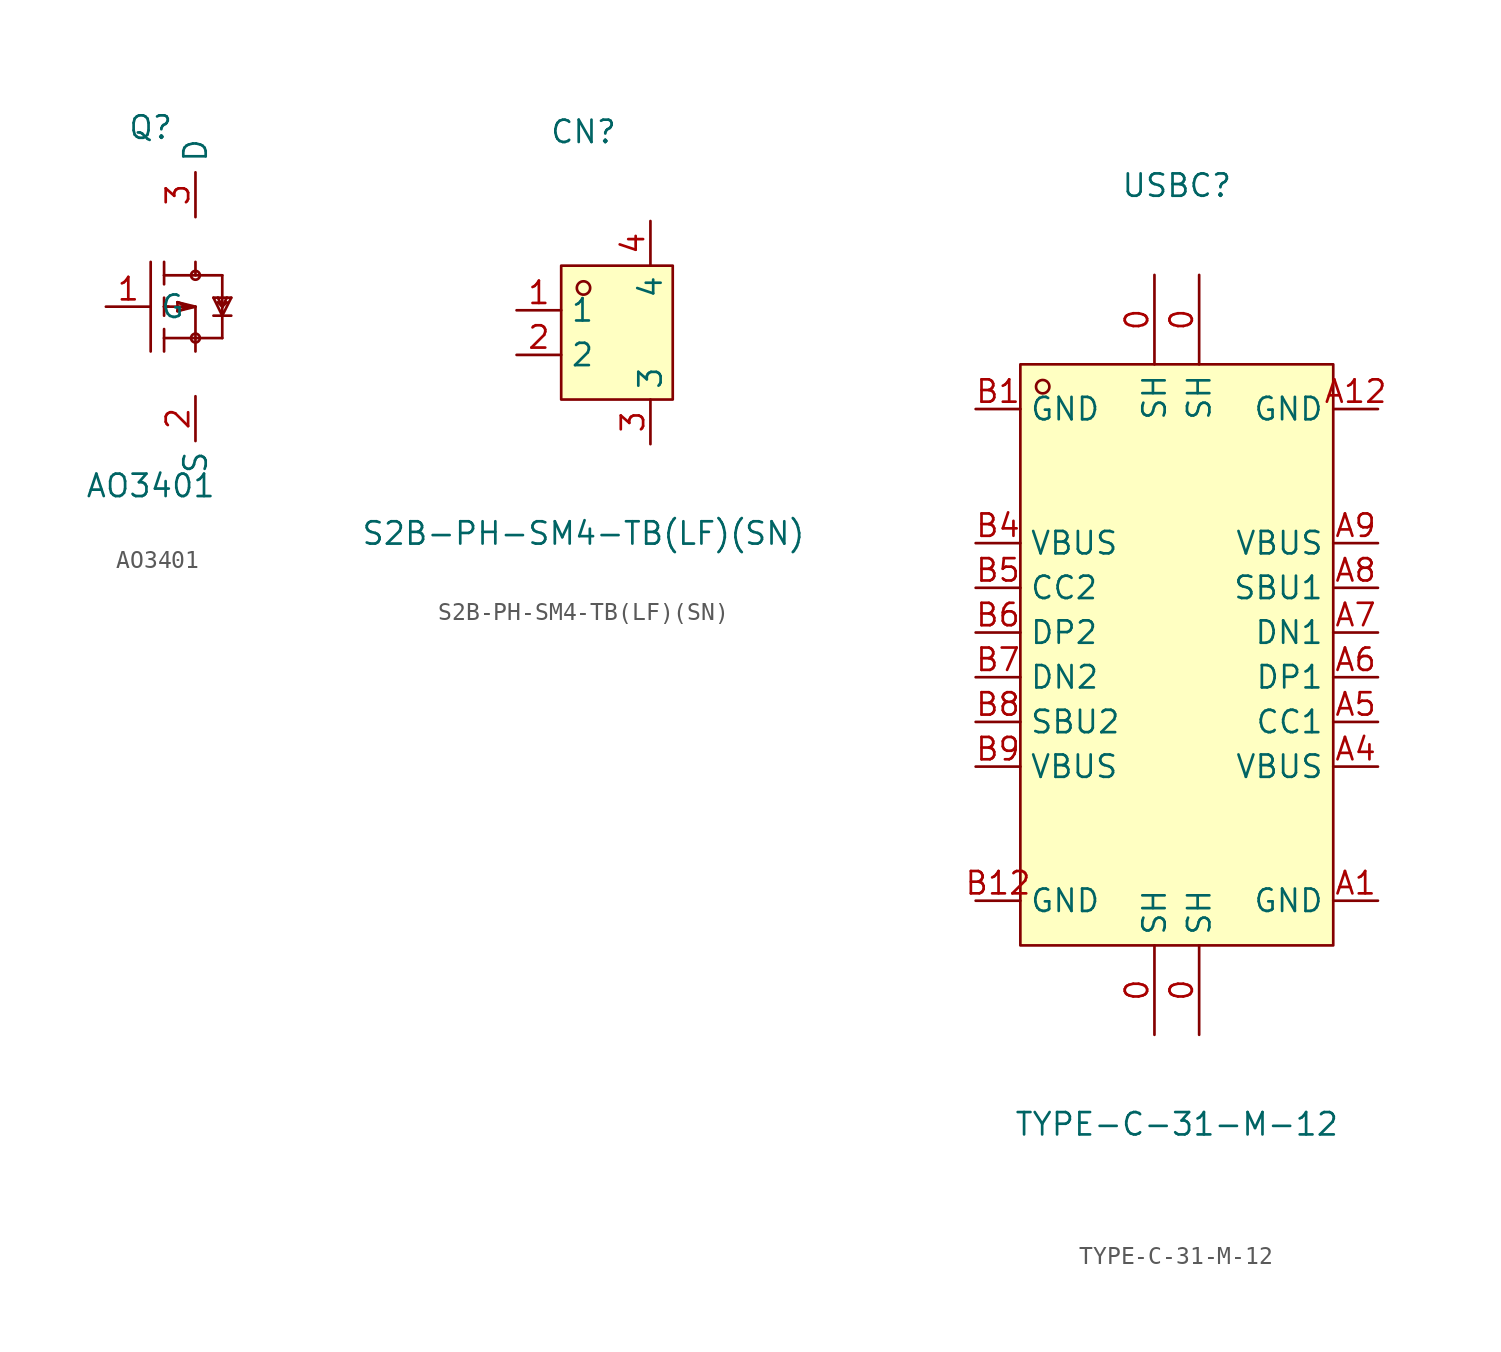
<source format=kicad_sym>
(kicad_symbol_lib
  (version 20241209)
  (generator "kicad_symbol_editor")
  (generator_version "9.0")
  (symbol "AO3401"
    (property "Reference" "Q"
      (at 0 10.16 0)
      (effects (font (size 1.27 1.27))))
    (property "Value" "AO3401"
      (at 0 -10.16 0)
      (effects (font (size 1.27 1.27))))
    (symbol "AO3401_0_1"
      (polyline (pts (xy 0 2.54) (xy 0 -2.54)) (stroke (width 0) (type default)) (fill (type none)))
      (polyline (pts (xy 0.76 2.54) (xy 0.76 1.78)) (stroke (width 0) (type default)) (fill (type none)))
      (polyline (pts (xy 0.76 1.78) (xy 0.76 1.27)) (stroke (width 0) (type default)) (fill (type none)))
      (polyline (pts (xy 0.76 1.78) (xy 4.06 1.78) (xy 4.06 1.78)) (stroke (width 0) (type default)) (fill (type none)))
      (polyline (pts (xy 0.76 0.51) (xy 0.76 0)) (stroke (width 0) (type default)) (fill (type none)))
      (polyline (pts (xy 0.76 0) (xy 0.76 -0.51)) (stroke (width 0) (type default)) (fill (type none)))
      (polyline (pts (xy 0.76 -1.78) (xy 0.76 -1.27)) (stroke (width 0) (type default)) (fill (type none)))
      (polyline (pts (xy 0.76 -1.78) (xy 2.54 -1.78)) (stroke (width 0) (type default)) (fill (type none)))
      (polyline (pts (xy 0.76 -2.54) (xy 0.76 -1.78)) (stroke (width 0) (type default)) (fill (type none)))
      (polyline (pts (xy 1.02 0) (xy 0.76 0)) (stroke (width 0) (type default)) (fill (type none)))
      (polyline (pts (xy 1.52 0.25) (xy 1.52 -0.25)) (stroke (width 0) (type default)) (fill (type none)))
      (polyline (pts (xy 1.52 0.25) (xy 2.03 0)) (stroke (width 0) (type default)) (fill (type none)))
      (polyline (pts (xy 1.52 -0.25) (xy 2.29 0)) (stroke (width 0) (type default)) (fill (type none)))
      (polyline (pts (xy 2.29 0) (xy 0.76 0)) (stroke (width 0) (type default)) (fill (type none)))
      (polyline (pts (xy 2.29 0) (xy 1.52 0.25)) (stroke (width 0) (type default)) (fill (type none)))
      (polyline (pts (xy 2.54 2.54) (xy 2.54 1.78)) (stroke (width 0) (type default)) (fill (type none)))
      (circle (center 2.54 1.78) (radius 0.25) (stroke (width 0) (type default)) (fill (type none)))
      (polyline (pts (xy 2.54 0) (xy 1.52 0.25)) (stroke (width 0) (type default)) (fill (type none)))
      (polyline (pts (xy 2.54 0) (xy 1.52 -0.25)) (stroke (width 0) (type default)) (fill (type none)))
      (polyline (pts (xy 2.54 0) (xy 2.54 -1.78)) (stroke (width 0) (type default)) (fill (type none)))
      (polyline (pts (xy 2.54 -1.78) (xy 2.54 -2.54)) (stroke (width 0) (type default)) (fill (type none)))
      (circle (center 2.54 -1.78) (radius 0.25) (stroke (width 0) (type default)) (fill (type none)))
      (polyline (pts (xy 3.56 0.51) (xy 3.81 0.51)) (stroke (width 0) (type default)) (fill (type none)))
      (polyline (pts (xy 3.56 -0.51) (xy 4.06 -0.51)) (stroke (width 0) (type default)) (fill (type none)))
      (polyline (pts (xy 3.81 0.51) (xy 4.06 0)) (stroke (width 0) (type default)) (fill (type none)))
      (polyline (pts (xy 3.81 0.51) (xy 4.32 0.51)) (stroke (width 0) (type default)) (fill (type none)))
      (polyline (pts (xy 3.81 0.25) (xy 4.06 0)) (stroke (width 0) (type default)) (fill (type none)))
      (polyline (pts (xy 4.06 1.78) (xy 4.06 0)) (stroke (width 0) (type default)) (fill (type none)))
      (polyline (pts (xy 4.06 0) (xy 4.06 -0.51)) (stroke (width 0) (type default)) (fill (type none)))
      (polyline (pts (xy 4.06 0) (xy 4.32 0.51)) (stroke (width 0) (type default)) (fill (type none)))
      (polyline (pts (xy 4.06 0) (xy 4.32 0.25)) (stroke (width 0) (type default)) (fill (type none)))
      (polyline (pts (xy 4.06 -0.25) (xy 4.06 -1.78)) (stroke (width 0) (type default)) (fill (type none)))
      (polyline (pts (xy 4.06 -0.51) (xy 3.56 0.51)) (stroke (width 0) (type default)) (fill (type none)))
      (polyline (pts (xy 4.06 -0.51) (xy 4.57 -0.51)) (stroke (width 0) (type default)) (fill (type none)))
      (polyline (pts (xy 4.06 -1.78) (xy 2.54 -1.78)) (stroke (width 0) (type default)) (fill (type none)))
      (polyline (pts (xy 4.32 0.51) (xy 4.57 0.51)) (stroke (width 0) (type default)) (fill (type none)))
      (polyline (pts (xy 4.57 0.51) (xy 4.06 -0.51)) (stroke (width 0) (type default)) (fill (type none)))
      (pin unspecified line (at -2.54 0 0) (length 2.54) (name "G" (effects (font (size 1.27 1.27)))) (number "1" (effects (font (size 1.27 1.27)))))
      (pin unspecified line (at 2.54 5.08 90) (length 2.54) (name "D" (effects (font (size 1.27 1.27)))) (number "3" (effects (font (size 1.27 1.27)))))
      (pin unspecified line (at 2.54 -5.08 270) (length 2.54) (name "S" (effects (font (size 1.27 1.27)))) (number "2" (effects (font (size 1.27 1.27)))))))
  (symbol "S2B-PH-SM4-TB(LF)(SN)"
    (property "Reference" "CN"
      (at 0 11.43 0)
      (effects (font (size 1.27 1.27))))
    (property "Value" "S2B-PH-SM4-TB(LF)(SN)"
      (at 0 -11.43 0)
      (effects (font (size 1.27 1.27))))
    (symbol "S2B-PH-SM4-TB(LF)(SN)_0_1"
      (rectangle (start -1.27 3.81) (end 5.08 -3.81) (stroke (width 0) (type default)) (fill (type background)))
      (circle (center 0 2.54) (radius 0.38) (stroke (width 0) (type default)) (fill (type none)))
      (pin unspecified line (at -3.81 1.27 0) (length 2.54) (name "1" (effects (font (size 1.27 1.27)))) (number "1" (effects (font (size 1.27 1.27)))))
      (pin unspecified line (at -3.81 -1.27 0) (length 2.54) (name "2" (effects (font (size 1.27 1.27)))) (number "2" (effects (font (size 1.27 1.27)))))
      (pin unspecified line (at 3.81 6.35 270) (length 2.54) (name "4" (effects (font (size 1.27 1.27)))) (number "4" (effects (font (size 1.27 1.27)))))
      (pin unspecified line (at 3.81 -6.35 90) (length 2.54) (name "3" (effects (font (size 1.27 1.27)))) (number "3" (effects (font (size 1.27 1.27)))))))
  (symbol "TYPE-C-31-M-12"
    (property "Reference" "USBC"
      (at 0 26.67 0)
      (effects (font (size 1.27 1.27))))
    (property "Value" "TYPE-C-31-M-12"
      (at 0 -26.67 0)
      (effects (font (size 1.27 1.27))))
    (symbol "TYPE-C-31-M-12_0_1"
      (rectangle (start -8.89 16.51) (end 8.89 -16.51) (stroke (width 0) (type default)) (fill (type background)))
      (circle (center -7.62 15.24) (radius 0.38) (stroke (width 0) (type default)) (fill (type none)))
      (pin unspecified line (at -11.43 13.97 0) (length 2.54) (name "GND" (effects (font (size 1.27 1.27)))) (number "B1" (effects (font (size 1.27 1.27)))))
      (pin unspecified line (at -11.43 6.35 0) (length 2.54) (name "VBUS" (effects (font (size 1.27 1.27)))) (number "B4" (effects (font (size 1.27 1.27)))))
      (pin unspecified line (at -11.43 3.81 0) (length 2.54) (name "CC2" (effects (font (size 1.27 1.27)))) (number "B5" (effects (font (size 1.27 1.27)))))
      (pin unspecified line (at -11.43 1.27 0) (length 2.54) (name "DP2" (effects (font (size 1.27 1.27)))) (number "B6" (effects (font (size 1.27 1.27)))))
      (pin unspecified line (at -11.43 -1.27 0) (length 2.54) (name "DN2" (effects (font (size 1.27 1.27)))) (number "B7" (effects (font (size 1.27 1.27)))))
      (pin unspecified line (at -11.43 -3.81 0) (length 2.54) (name "SBU2" (effects (font (size 1.27 1.27)))) (number "B8" (effects (font (size 1.27 1.27)))))
      (pin unspecified line (at -11.43 -6.35 0) (length 2.54) (name "VBUS" (effects (font (size 1.27 1.27)))) (number "B9" (effects (font (size 1.27 1.27)))))
      (pin unspecified line (at -11.43 -13.97 0) (length 2.54) (name "GND" (effects (font (size 1.27 1.27)))) (number "B12" (effects (font (size 1.27 1.27)))))
      (pin unspecified line (at -1.27 21.59 270) (length 5.08) (name "SH" (effects (font (size 1.27 1.27)))) (number "0" (effects (font (size 1.27 1.27)))))
      (pin unspecified line (at -1.27 -21.59 90) (length 5.08) (name "SH" (effects (font (size 1.27 1.27)))) (number "0" (effects (font (size 1.27 1.27)))))
      (pin unspecified line (at 1.27 21.59 270) (length 5.08) (name "SH" (effects (font (size 1.27 1.27)))) (number "0" (effects (font (size 1.27 1.27)))))
      (pin unspecified line (at 1.27 -21.59 90) (length 5.08) (name "SH" (effects (font (size 1.27 1.27)))) (number "0" (effects (font (size 1.27 1.27)))))
      (pin unspecified line (at 11.43 13.97 180) (length 2.54) (name "GND" (effects (font (size 1.27 1.27)))) (number "A12" (effects (font (size 1.27 1.27)))))
      (pin unspecified line (at 11.43 6.35 180) (length 2.54) (name "VBUS" (effects (font (size 1.27 1.27)))) (number "A9" (effects (font (size 1.27 1.27)))))
      (pin unspecified line (at 11.43 3.81 180) (length 2.54) (name "SBU1" (effects (font (size 1.27 1.27)))) (number "A8" (effects (font (size 1.27 1.27)))))
      (pin unspecified line (at 11.43 1.27 180) (length 2.54) (name "DN1" (effects (font (size 1.27 1.27)))) (number "A7" (effects (font (size 1.27 1.27)))))
      (pin unspecified line (at 11.43 -1.27 180) (length 2.54) (name "DP1" (effects (font (size 1.27 1.27)))) (number "A6" (effects (font (size 1.27 1.27)))))
      (pin unspecified line (at 11.43 -3.81 180) (length 2.54) (name "CC1" (effects (font (size 1.27 1.27)))) (number "A5" (effects (font (size 1.27 1.27)))))
      (pin unspecified line (at 11.43 -6.35 180) (length 2.54) (name "VBUS" (effects (font (size 1.27 1.27)))) (number "A4" (effects (font (size 1.27 1.27)))))
      (pin unspecified line (at 11.43 -13.97 180) (length 2.54) (name "GND" (effects (font (size 1.27 1.27)))) (number "A1" (effects (font (size 1.27 1.27))))))))
</source>
